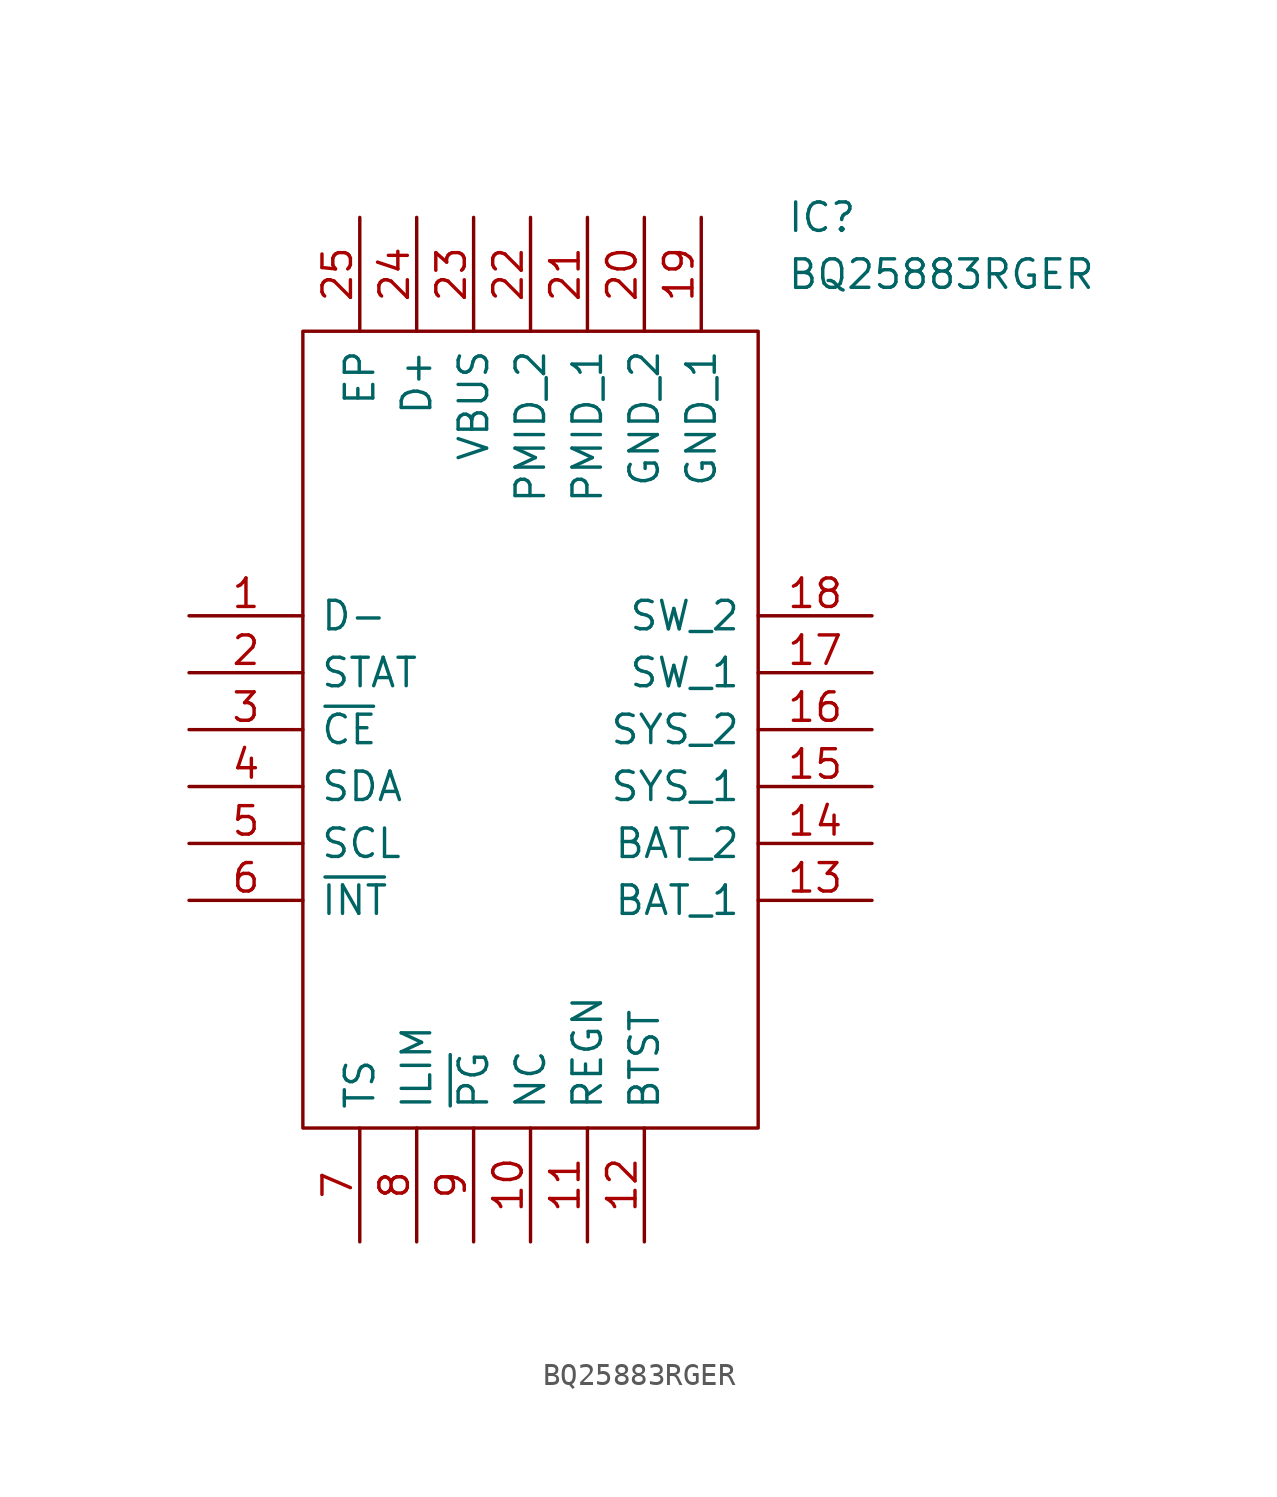
<source format=kicad_sym>
(kicad_symbol_lib
  (version 20220914)
  (generator kicad_symbol_editor)
  (symbol "BQ25883RGER"
    (pin_names
      (offset 0.762))
    (property "Reference" "IC"
      (at 26.67 17.78 0)
      (effects (font (size 1.27 1.27)) (justify left)))
    (property "Value" "BQ25883RGER"
      (at 26.67 15.24 0)
      (effects (font (size 1.27 1.27)) (justify left)))
    (symbol "BQ25883RGER_0_0"
      (pin bidirectional line (at 0 0 0) (length 5.08) (name "D-" (effects (font (size 1.27 1.27)))) (number "1" (effects (font (size 1.27 1.27)))))
      (pin bidirectional line (at 15.24 -27.94 90) (length 5.08) (name "NC" (effects (font (size 1.27 1.27)))) (number "10" (effects (font (size 1.27 1.27)))))
      (pin bidirectional line (at 17.78 -27.94 90) (length 5.08) (name "REGN" (effects (font (size 1.27 1.27)))) (number "11" (effects (font (size 1.27 1.27)))))
      (pin bidirectional line (at 20.32 -27.94 90) (length 5.08) (name "BTST" (effects (font (size 1.27 1.27)))) (number "12" (effects (font (size 1.27 1.27)))))
      (pin bidirectional line (at 30.48 -12.7 180) (length 5.08) (name "BAT_1" (effects (font (size 1.27 1.27)))) (number "13" (effects (font (size 1.27 1.27)))))
      (pin bidirectional line (at 30.48 -10.16 180) (length 5.08) (name "BAT_2" (effects (font (size 1.27 1.27)))) (number "14" (effects (font (size 1.27 1.27)))))
      (pin bidirectional line (at 30.48 -7.62 180) (length 5.08) (name "SYS_1" (effects (font (size 1.27 1.27)))) (number "15" (effects (font (size 1.27 1.27)))))
      (pin bidirectional line (at 30.48 -5.08 180) (length 5.08) (name "SYS_2" (effects (font (size 1.27 1.27)))) (number "16" (effects (font (size 1.27 1.27)))))
      (pin bidirectional line (at 30.48 -2.54 180) (length 5.08) (name "SW_1" (effects (font (size 1.27 1.27)))) (number "17" (effects (font (size 1.27 1.27)))))
      (pin bidirectional line (at 30.48 0 180) (length 5.08) (name "SW_2" (effects (font (size 1.27 1.27)))) (number "18" (effects (font (size 1.27 1.27)))))
      (pin bidirectional line (at 22.86 17.78 270) (length 5.08) (name "GND_1" (effects (font (size 1.27 1.27)))) (number "19" (effects (font (size 1.27 1.27)))))
      (pin bidirectional line (at 0 -2.54 0) (length 5.08) (name "STAT" (effects (font (size 1.27 1.27)))) (number "2" (effects (font (size 1.27 1.27)))))
      (pin bidirectional line (at 20.32 17.78 270) (length 5.08) (name "GND_2" (effects (font (size 1.27 1.27)))) (number "20" (effects (font (size 1.27 1.27)))))
      (pin bidirectional line (at 17.78 17.78 270) (length 5.08) (name "PMID_1" (effects (font (size 1.27 1.27)))) (number "21" (effects (font (size 1.27 1.27)))))
      (pin bidirectional line (at 15.24 17.78 270) (length 5.08) (name "PMID_2" (effects (font (size 1.27 1.27)))) (number "22" (effects (font (size 1.27 1.27)))))
      (pin bidirectional line (at 12.7 17.78 270) (length 5.08) (name "VBUS" (effects (font (size 1.27 1.27)))) (number "23" (effects (font (size 1.27 1.27)))))
      (pin bidirectional line (at 10.16 17.78 270) (length 5.08) (name "D+" (effects (font (size 1.27 1.27)))) (number "24" (effects (font (size 1.27 1.27)))))
      (pin bidirectional line (at 7.62 17.78 270) (length 5.08) (name "EP" (effects (font (size 1.27 1.27)))) (number "25" (effects (font (size 1.27 1.27)))))
      (pin bidirectional line (at 0 -5.08 0) (length 5.08) (name "~{CE}" (effects (font (size 1.27 1.27)))) (number "3" (effects (font (size 1.27 1.27)))))
      (pin bidirectional line (at 0 -7.62 0) (length 5.08) (name "SDA" (effects (font (size 1.27 1.27)))) (number "4" (effects (font (size 1.27 1.27)))))
      (pin bidirectional line (at 0 -10.16 0) (length 5.08) (name "SCL" (effects (font (size 1.27 1.27)))) (number "5" (effects (font (size 1.27 1.27)))))
      (pin bidirectional line (at 0 -12.7 0) (length 5.08) (name "~{INT}" (effects (font (size 1.27 1.27)))) (number "6" (effects (font (size 1.27 1.27)))))
      (pin bidirectional line (at 7.62 -27.94 90) (length 5.08) (name "TS" (effects (font (size 1.27 1.27)))) (number "7" (effects (font (size 1.27 1.27)))))
      (pin bidirectional line (at 10.16 -27.94 90) (length 5.08) (name "ILIM" (effects (font (size 1.27 1.27)))) (number "8" (effects (font (size 1.27 1.27)))))
      (pin bidirectional line (at 12.7 -27.94 90) (length 5.08) (name "~{PG}" (effects (font (size 1.27 1.27)))) (number "9" (effects (font (size 1.27 1.27))))))
    (symbol "BQ25883RGER_0_1"
      (polyline (pts (xy 5.08 12.7) (xy 25.4 12.7) (xy 25.4 -22.86) (xy 5.08 -22.86) (xy 5.08 12.7)) (stroke (width 0.152) (type default)) (fill (type none))))))
</source>
